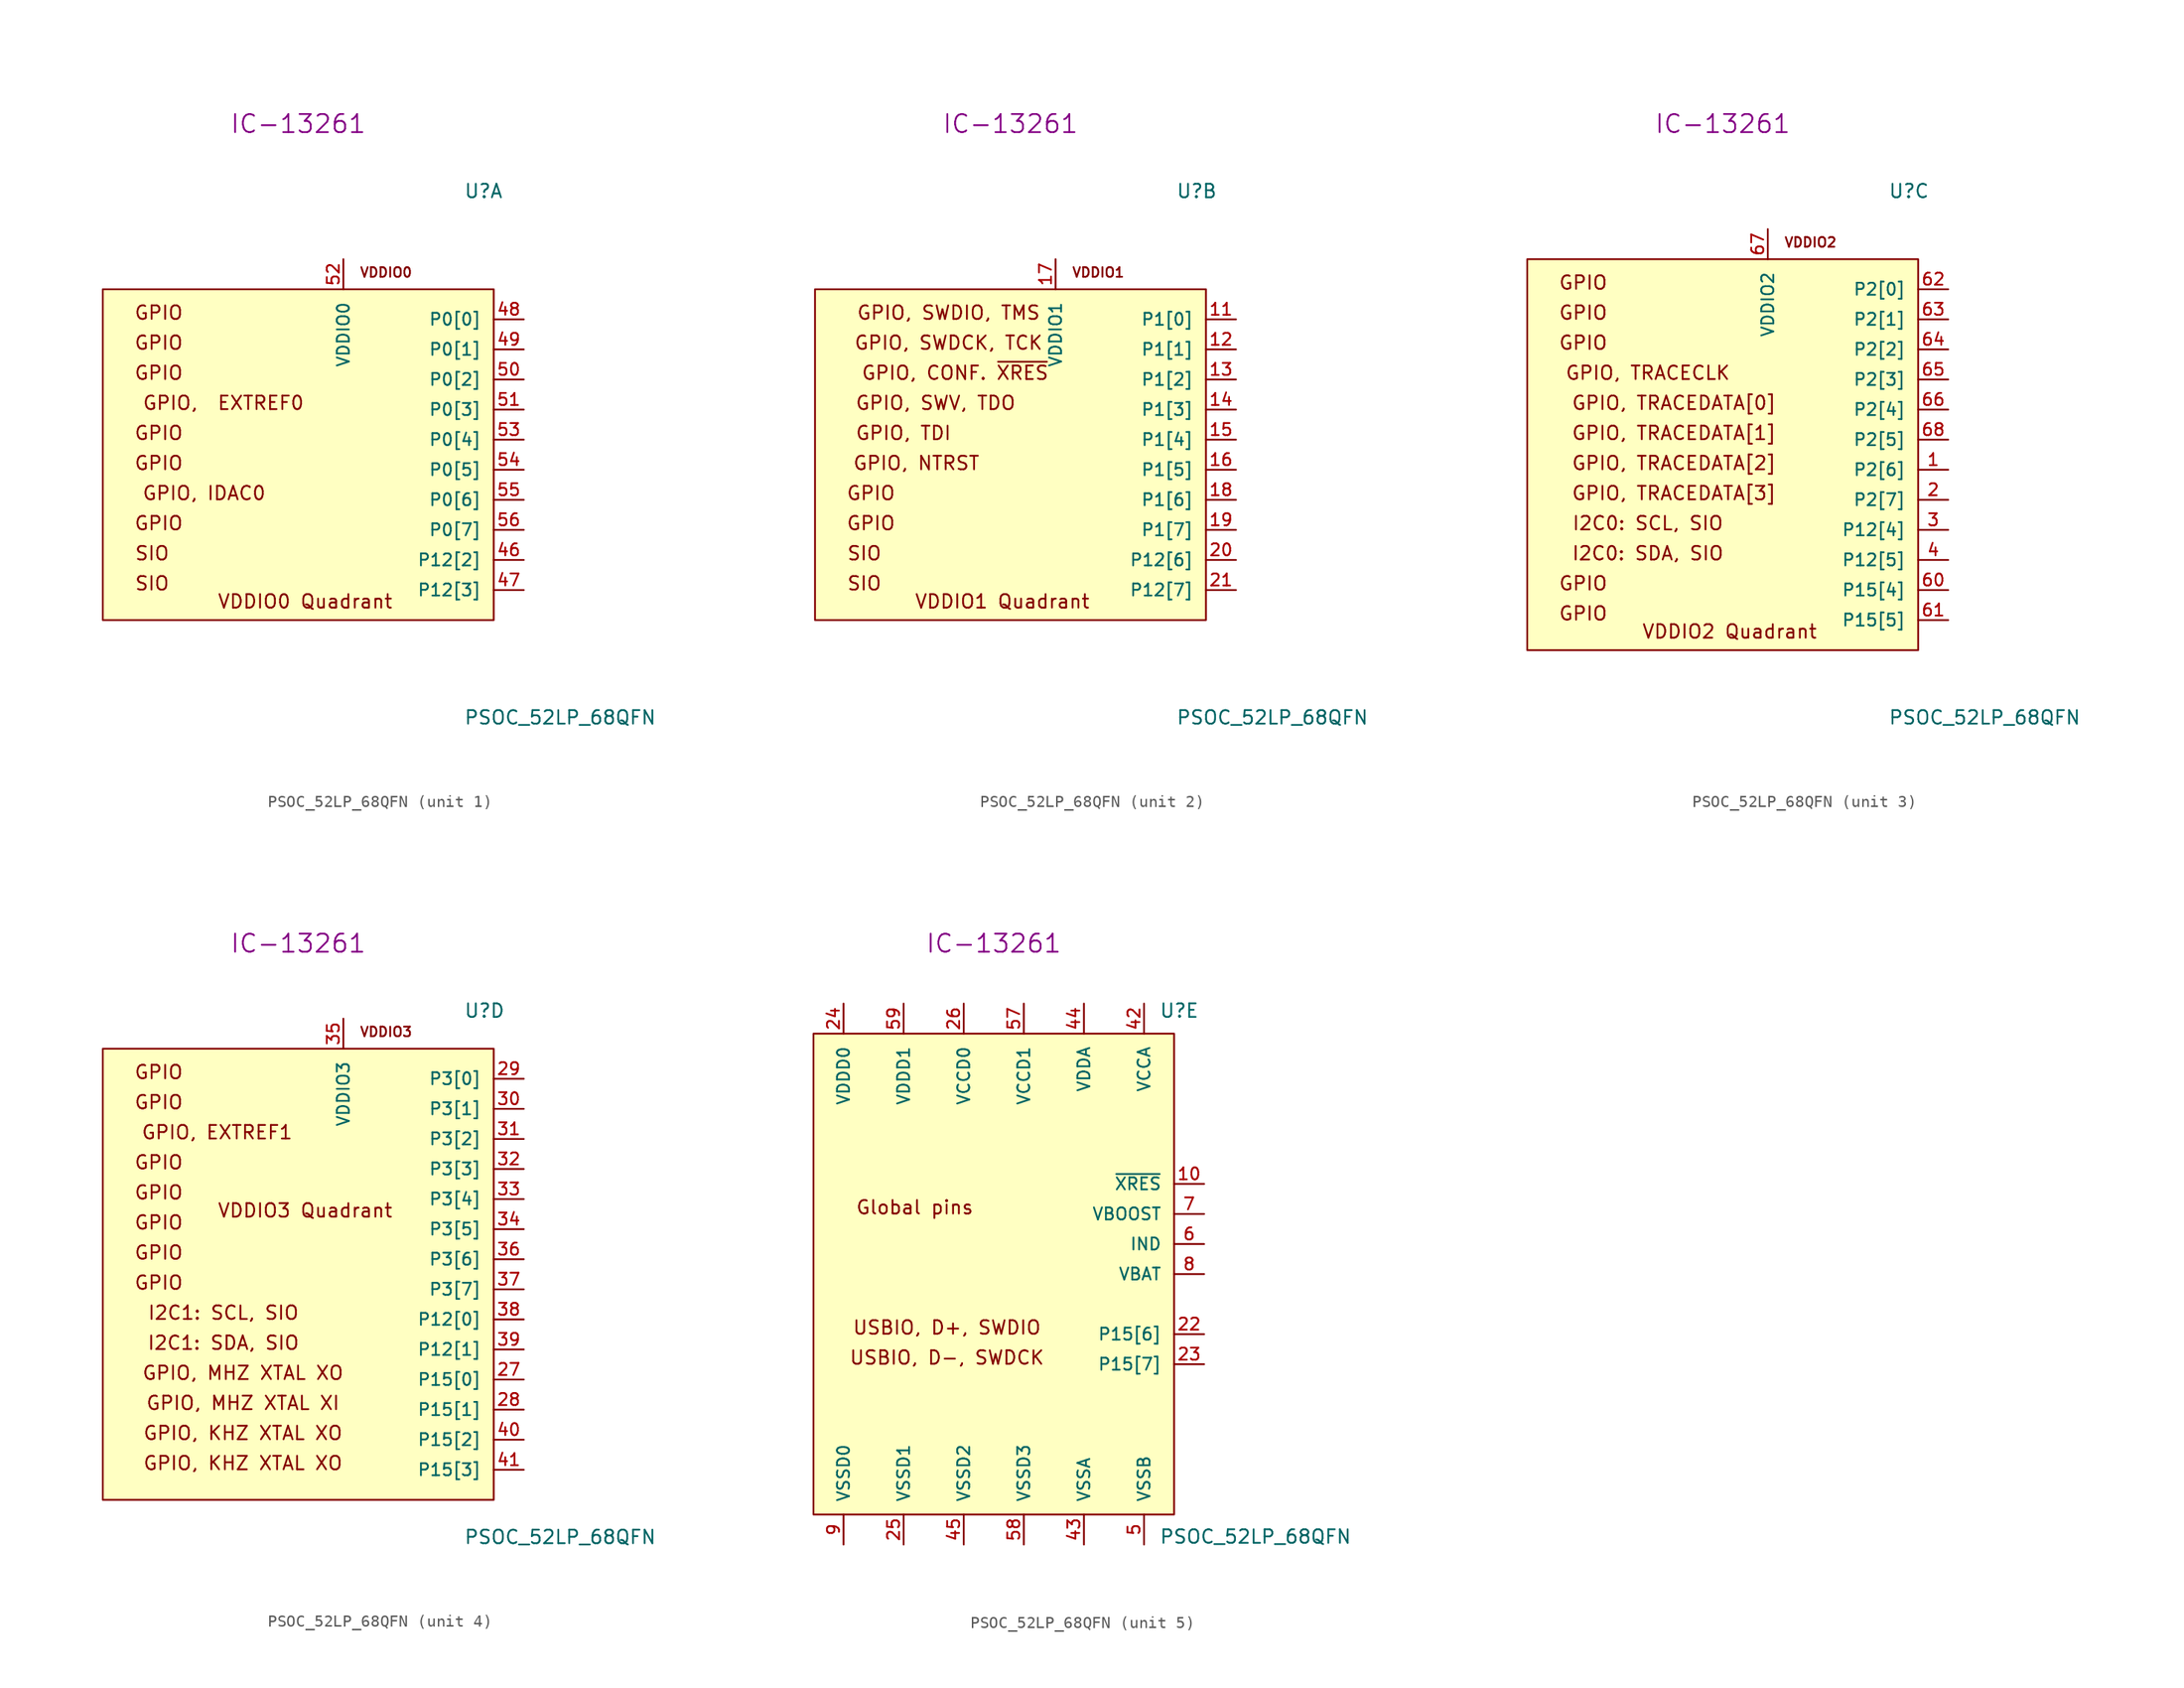
<source format=kicad_sym>
(kicad_symbol_lib
  (version 20201005)
  (generator kicad_symbol_editor)
  (symbol "PSOC_52LP_68QFN"
    (pin_names
      (offset 1.016))
    (property "Reference" "U"
      (at 13.97 21.59 0)
      (effects (font (size 1.143 1.143)) (justify left bottom)))
    (property "Value" "PSOC_52LP_68QFN"
      (at 13.97 -22.86 0)
      (effects (font (size 1.143 1.143)) (justify left bottom)))
    (property "Field4" "IC-13261"
      (at 0 27.94 0)
      (effects (font (size 1.524 1.524))))
    (property "ki_locked" ""
      (at 0 0 0)
      (effects (font (size 1.27 1.27))))
    (symbol "PSOC_52LP_68QFN_1_0"
      (text "GPIO" (at -11.786 -5.791 0) (effects (font (size 1.143 1.143))))
      (text "GPIO" (at -11.786 -0.711 0) (effects (font (size 1.143 1.143))))
      (text "GPIO" (at -11.786 1.829 0) (effects (font (size 1.143 1.143))))
      (text "GPIO" (at -11.786 6.909 0) (effects (font (size 1.143 1.143))))
      (text "GPIO" (at -11.786 9.449 0) (effects (font (size 1.143 1.143))))
      (text "GPIO" (at -11.786 11.989 0) (effects (font (size 1.143 1.143))))
      (text "GPIO,  EXTREF0" (at -6.325 4.369 0) (effects (font (size 1.143 1.143))))
      (text "GPIO, IDAC0" (at -7.95 -3.251 0) (effects (font (size 1.143 1.143))))
      (text "SIO" (at -12.344 -10.871 0) (effects (font (size 1.143 1.143))))
      (text "SIO" (at -12.344 -8.331 0) (effects (font (size 1.143 1.143))))
      (text "VDDIO0" (at 7.417 15.392 0) (effects (font (size 0.813 0.813))))
      (text "VDDIO0 Quadrant" (at 0.584 -12.395 0) (effects (font (size 1.143 1.143)))))
    (symbol "PSOC_52LP_68QFN_1_1"
      (polyline (pts (xy -16.51 -13.97) (xy -16.51 13.97) (xy 16.51 13.97) (xy 16.51 -13.97) (xy -16.51 -13.97)) (stroke (width 0)) (fill (type background)))
      (pin bidirectional line (at 19.05 6.35 180) (length 2.54) (name "P0[2]" (effects (font (size 1.016 1.016)))) (number "50" (effects (font (size 1.016 1.016)))))
      (pin bidirectional line (at 19.05 3.81 180) (length 2.54) (name "P0[3]" (effects (font (size 1.016 1.016)))) (number "51" (effects (font (size 1.016 1.016)))))
      (pin bidirectional line (at 3.81 16.51 270) (length 2.54) (name "VDDIO0" (effects (font (size 1.016 1.016)))) (number "52" (effects (font (size 1.016 1.016)))))
      (pin bidirectional line (at 19.05 1.27 180) (length 2.54) (name "P0[4]" (effects (font (size 1.016 1.016)))) (number "53" (effects (font (size 1.016 1.016)))))
      (pin bidirectional line (at 19.05 -1.27 180) (length 2.54) (name "P0[5]" (effects (font (size 1.016 1.016)))) (number "54" (effects (font (size 1.016 1.016)))))
      (pin bidirectional line (at 19.05 -3.81 180) (length 2.54) (name "P0[6]" (effects (font (size 1.016 1.016)))) (number "55" (effects (font (size 1.016 1.016)))))
      (pin bidirectional line (at 19.05 -8.89 180) (length 2.54) (name "P12[2]" (effects (font (size 1.016 1.016)))) (number "46" (effects (font (size 1.016 1.016)))))
      (pin bidirectional line (at 19.05 -6.35 180) (length 2.54) (name "P0[7]" (effects (font (size 1.016 1.016)))) (number "56" (effects (font (size 1.016 1.016)))))
      (pin bidirectional line (at 19.05 -11.43 180) (length 2.54) (name "P12[3]" (effects (font (size 1.016 1.016)))) (number "47" (effects (font (size 1.016 1.016)))))
      (pin bidirectional line (at 19.05 11.43 180) (length 2.54) (name "P0[0]" (effects (font (size 1.016 1.016)))) (number "48" (effects (font (size 1.016 1.016)))))
      (pin bidirectional line (at 19.05 8.89 180) (length 2.54) (name "P0[1]" (effects (font (size 1.016 1.016)))) (number "49" (effects (font (size 1.016 1.016))))))
    (symbol "PSOC_52LP_68QFN_2_0"
      (text "GPIO" (at -11.786 -5.791 0) (effects (font (size 1.143 1.143))))
      (text "GPIO" (at -11.786 -3.251 0) (effects (font (size 1.143 1.143))))
      (text "GPIO, CONF. ~XRES" (at -4.674 6.909 0) (effects (font (size 1.143 1.143))))
      (text "GPIO, NTRST" (at -7.95 -0.711 0) (effects (font (size 1.143 1.143))))
      (text "GPIO, SWDCK, TCK" (at -5.232 9.449 0) (effects (font (size 1.143 1.143))))
      (text "GPIO, SWDIO, TMS" (at -5.232 11.989 0) (effects (font (size 1.143 1.143))))
      (text "GPIO, SWV, TDO" (at -6.325 4.369 0) (effects (font (size 1.143 1.143))))
      (text "GPIO, TDI" (at -9.042 1.829 0) (effects (font (size 1.143 1.143))))
      (text "SIO" (at -12.344 -10.871 0) (effects (font (size 1.143 1.143))))
      (text "SIO" (at -12.344 -8.331 0) (effects (font (size 1.143 1.143))))
      (text "VDDIO1" (at 7.417 15.392 0) (effects (font (size 0.813 0.813))))
      (text "VDDIO1 Quadrant" (at -0.686 -12.395 0) (effects (font (size 1.143 1.143)))))
    (symbol "PSOC_52LP_68QFN_2_1"
      (polyline (pts (xy -16.51 -13.97) (xy -16.51 13.97) (xy 16.51 13.97) (xy 16.51 -13.97) (xy -16.51 -13.97)) (stroke (width 0)) (fill (type background)))
      (pin bidirectional line (at 19.05 -8.89 180) (length 2.54) (name "P12[6]" (effects (font (size 1.016 1.016)))) (number "20" (effects (font (size 1.016 1.016)))))
      (pin bidirectional line (at 19.05 11.43 180) (length 2.54) (name "P1[0]" (effects (font (size 1.016 1.016)))) (number "11" (effects (font (size 1.016 1.016)))))
      (pin bidirectional line (at 19.05 -11.43 180) (length 2.54) (name "P12[7]" (effects (font (size 1.016 1.016)))) (number "21" (effects (font (size 1.016 1.016)))))
      (pin bidirectional line (at 19.05 8.89 180) (length 2.54) (name "P1[1]" (effects (font (size 1.016 1.016)))) (number "12" (effects (font (size 1.016 1.016)))))
      (pin bidirectional line (at 19.05 6.35 180) (length 2.54) (name "P1[2]" (effects (font (size 1.016 1.016)))) (number "13" (effects (font (size 1.016 1.016)))))
      (pin bidirectional line (at 19.05 3.81 180) (length 2.54) (name "P1[3]" (effects (font (size 1.016 1.016)))) (number "14" (effects (font (size 1.016 1.016)))))
      (pin bidirectional line (at 19.05 1.27 180) (length 2.54) (name "P1[4]" (effects (font (size 1.016 1.016)))) (number "15" (effects (font (size 1.016 1.016)))))
      (pin bidirectional line (at 19.05 -1.27 180) (length 2.54) (name "P1[5]" (effects (font (size 1.016 1.016)))) (number "16" (effects (font (size 1.016 1.016)))))
      (pin bidirectional line (at 3.81 16.51 270) (length 2.54) (name "VDDIO1" (effects (font (size 1.016 1.016)))) (number "17" (effects (font (size 1.016 1.016)))))
      (pin bidirectional line (at 19.05 -3.81 180) (length 2.54) (name "P1[6]" (effects (font (size 1.016 1.016)))) (number "18" (effects (font (size 1.016 1.016)))))
      (pin bidirectional line (at 19.05 -6.35 180) (length 2.54) (name "P1[7]" (effects (font (size 1.016 1.016)))) (number "19" (effects (font (size 1.016 1.016))))))
    (symbol "PSOC_52LP_68QFN_3_0"
      (text "GPIO" (at -11.786 -13.411 0) (effects (font (size 1.143 1.143))))
      (text "GPIO" (at -11.786 -10.871 0) (effects (font (size 1.143 1.143))))
      (text "GPIO" (at -11.786 9.449 0) (effects (font (size 1.143 1.143))))
      (text "GPIO" (at -11.786 11.989 0) (effects (font (size 1.143 1.143))))
      (text "GPIO" (at -11.786 14.529 0) (effects (font (size 1.143 1.143))))
      (text "GPIO, TRACECLK" (at -6.325 6.909 0) (effects (font (size 1.143 1.143))))
      (text "GPIO, TRACEDATA[0]" (at -4.115 4.369 0) (effects (font (size 1.143 1.143))))
      (text "GPIO, TRACEDATA[1]" (at -4.115 1.829 0) (effects (font (size 1.143 1.143))))
      (text "GPIO, TRACEDATA[2]" (at -4.115 -0.711 0) (effects (font (size 1.143 1.143))))
      (text "GPIO, TRACEDATA[3]" (at -4.115 -3.251 0) (effects (font (size 1.143 1.143))))
      (text "I2C0: SCL, SIO" (at -6.325 -5.791 0) (effects (font (size 1.143 1.143))))
      (text "I2C0: SDA, SIO" (at -6.325 -8.331 0) (effects (font (size 1.143 1.143))))
      (text "VDDIO2" (at 7.417 17.932 0) (effects (font (size 0.813 0.813))))
      (text "VDDIO2 Quadrant" (at 0.584 -14.935 0) (effects (font (size 1.143 1.143)))))
    (symbol "PSOC_52LP_68QFN_3_1"
      (polyline (pts (xy -16.51 -16.51) (xy -16.51 16.51) (xy 16.51 16.51) (xy 16.51 -16.51) (xy -16.51 -16.51)) (stroke (width 0)) (fill (type background)))
      (pin bidirectional line (at 19.05 -1.27 180) (length 2.54) (name "P2[6]" (effects (font (size 1.016 1.016)))) (number "1" (effects (font (size 1.016 1.016)))))
      (pin bidirectional line (at 19.05 -3.81 180) (length 2.54) (name "P2[7]" (effects (font (size 1.016 1.016)))) (number "2" (effects (font (size 1.016 1.016)))))
      (pin bidirectional line (at 19.05 -6.35 180) (length 2.54) (name "P12[4]" (effects (font (size 1.016 1.016)))) (number "3" (effects (font (size 1.016 1.016)))))
      (pin bidirectional line (at 19.05 -8.89 180) (length 2.54) (name "P12[5]" (effects (font (size 1.016 1.016)))) (number "4" (effects (font (size 1.016 1.016)))))
      (pin bidirectional line (at 19.05 -11.43 180) (length 2.54) (name "P15[4]" (effects (font (size 1.016 1.016)))) (number "60" (effects (font (size 1.016 1.016)))))
      (pin bidirectional line (at 19.05 -13.97 180) (length 2.54) (name "P15[5]" (effects (font (size 1.016 1.016)))) (number "61" (effects (font (size 1.016 1.016)))))
      (pin bidirectional line (at 19.05 13.97 180) (length 2.54) (name "P2[0]" (effects (font (size 1.016 1.016)))) (number "62" (effects (font (size 1.016 1.016)))))
      (pin bidirectional line (at 19.05 11.43 180) (length 2.54) (name "P2[1]" (effects (font (size 1.016 1.016)))) (number "63" (effects (font (size 1.016 1.016)))))
      (pin bidirectional line (at 19.05 8.89 180) (length 2.54) (name "P2[2]" (effects (font (size 1.016 1.016)))) (number "64" (effects (font (size 1.016 1.016)))))
      (pin bidirectional line (at 19.05 6.35 180) (length 2.54) (name "P2[3]" (effects (font (size 1.016 1.016)))) (number "65" (effects (font (size 1.016 1.016)))))
      (pin bidirectional line (at 19.05 3.81 180) (length 2.54) (name "P2[4]" (effects (font (size 1.016 1.016)))) (number "66" (effects (font (size 1.016 1.016)))))
      (pin bidirectional line (at 3.81 19.05 270) (length 2.54) (name "VDDIO2" (effects (font (size 1.016 1.016)))) (number "67" (effects (font (size 1.016 1.016)))))
      (pin bidirectional line (at 19.05 1.27 180) (length 2.54) (name "P2[5]" (effects (font (size 1.016 1.016)))) (number "68" (effects (font (size 1.016 1.016))))))
    (symbol "PSOC_52LP_68QFN_4_0"
      (text "GPIO" (at -11.786 -0.711 0) (effects (font (size 1.143 1.143))))
      (text "GPIO" (at -11.786 1.829 0) (effects (font (size 1.143 1.143))))
      (text "GPIO" (at -11.786 4.369 0) (effects (font (size 1.143 1.143))))
      (text "GPIO" (at -11.786 6.909 0) (effects (font (size 1.143 1.143))))
      (text "GPIO" (at -11.786 9.449 0) (effects (font (size 1.143 1.143))))
      (text "GPIO" (at -11.786 14.529 0) (effects (font (size 1.143 1.143))))
      (text "GPIO" (at -11.786 17.069 0) (effects (font (size 1.143 1.143))))
      (text "GPIO, EXTREF1" (at -6.858 11.989 0) (effects (font (size 1.143 1.143))))
      (text "GPIO, KHZ XTAL XO" (at -4.674 -15.951 0) (effects (font (size 1.143 1.143))))
      (text "GPIO, KHZ XTAL XO" (at -4.674 -13.411 0) (effects (font (size 1.143 1.143))))
      (text "GPIO, MHZ XTAL XI" (at -4.674 -10.871 0) (effects (font (size 1.143 1.143))))
      (text "GPIO, MHZ XTAL XO" (at -4.674 -8.331 0) (effects (font (size 1.143 1.143))))
      (text "I2C1: SCL, SIO" (at -6.325 -3.251 0) (effects (font (size 1.143 1.143))))
      (text "I2C1: SDA, SIO" (at -6.325 -5.791 0) (effects (font (size 1.143 1.143))))
      (text "VDDIO3" (at 7.417 20.472 0) (effects (font (size 0.813 0.813))))
      (text "VDDIO3 Quadrant" (at 0.584 5.385 0) (effects (font (size 1.143 1.143)))))
    (symbol "PSOC_52LP_68QFN_4_1"
      (polyline (pts (xy -16.51 -19.05) (xy -16.51 19.05) (xy 16.51 19.05) (xy 16.51 -19.05) (xy -16.51 -19.05)) (stroke (width 0)) (fill (type background)))
      (pin bidirectional line (at 19.05 13.97 180) (length 2.54) (name "P3[1]" (effects (font (size 1.016 1.016)))) (number "30" (effects (font (size 1.016 1.016)))))
      (pin bidirectional line (at 19.05 -13.97 180) (length 2.54) (name "P15[2]" (effects (font (size 1.016 1.016)))) (number "40" (effects (font (size 1.016 1.016)))))
      (pin bidirectional line (at 19.05 11.43 180) (length 2.54) (name "P3[2]" (effects (font (size 1.016 1.016)))) (number "31" (effects (font (size 1.016 1.016)))))
      (pin bidirectional line (at 19.05 -16.51 180) (length 2.54) (name "P15[3]" (effects (font (size 1.016 1.016)))) (number "41" (effects (font (size 1.016 1.016)))))
      (pin bidirectional line (at 19.05 8.89 180) (length 2.54) (name "P3[3]" (effects (font (size 1.016 1.016)))) (number "32" (effects (font (size 1.016 1.016)))))
      (pin bidirectional line (at 19.05 6.35 180) (length 2.54) (name "P3[4]" (effects (font (size 1.016 1.016)))) (number "33" (effects (font (size 1.016 1.016)))))
      (pin bidirectional line (at 19.05 3.81 180) (length 2.54) (name "P3[5]" (effects (font (size 1.016 1.016)))) (number "34" (effects (font (size 1.016 1.016)))))
      (pin bidirectional line (at 3.81 21.59 270) (length 2.54) (name "VDDIO3" (effects (font (size 1.016 1.016)))) (number "35" (effects (font (size 1.016 1.016)))))
      (pin bidirectional line (at 19.05 1.27 180) (length 2.54) (name "P3[6]" (effects (font (size 1.016 1.016)))) (number "36" (effects (font (size 1.016 1.016)))))
      (pin bidirectional line (at 19.05 -8.89 180) (length 2.54) (name "P15[0]" (effects (font (size 1.016 1.016)))) (number "27" (effects (font (size 1.016 1.016)))))
      (pin bidirectional line (at 19.05 -1.27 180) (length 2.54) (name "P3[7]" (effects (font (size 1.016 1.016)))) (number "37" (effects (font (size 1.016 1.016)))))
      (pin bidirectional line (at 19.05 -11.43 180) (length 2.54) (name "P15[1]" (effects (font (size 1.016 1.016)))) (number "28" (effects (font (size 1.016 1.016)))))
      (pin bidirectional line (at 19.05 -3.81 180) (length 2.54) (name "P12[0]" (effects (font (size 1.016 1.016)))) (number "38" (effects (font (size 1.016 1.016)))))
      (pin bidirectional line (at 19.05 16.51 180) (length 2.54) (name "P3[0]" (effects (font (size 1.016 1.016)))) (number "29" (effects (font (size 1.016 1.016)))))
      (pin bidirectional line (at 19.05 -6.35 180) (length 2.54) (name "P12[1]" (effects (font (size 1.016 1.016)))) (number "39" (effects (font (size 1.016 1.016))))))
    (symbol "PSOC_52LP_68QFN_5_0"
      (text "Global pins" (at -6.68 5.639 0) (effects (font (size 1.143 1.143))))
      (text "USBIO, D+, SWDIO" (at -3.962 -4.521 0) (effects (font (size 1.143 1.143))))
      (text "USBIO, D-, SWDCK" (at -3.962 -7.061 0) (effects (font (size 1.143 1.143)))))
    (symbol "PSOC_52LP_68QFN_5_1"
      (polyline (pts (xy -15.24 -20.32) (xy -15.24 20.32) (xy 15.24 20.32) (xy 15.24 -20.32) (xy -15.24 -20.32)) (stroke (width 0)) (fill (type background)))
      (pin bidirectional line (at 12.7 -22.86 90) (length 2.54) (name "VSSB" (effects (font (size 1.016 1.016)))) (number "5" (effects (font (size 1.016 1.016)))))
      (pin bidirectional line (at 17.78 2.54 180) (length 2.54) (name "IND" (effects (font (size 1.016 1.016)))) (number "6" (effects (font (size 1.016 1.016)))))
      (pin bidirectional line (at 17.78 5.08 180) (length 2.54) (name "VBOOST" (effects (font (size 1.016 1.016)))) (number "7" (effects (font (size 1.016 1.016)))))
      (pin bidirectional line (at 17.78 0 180) (length 2.54) (name "VBAT" (effects (font (size 1.016 1.016)))) (number "8" (effects (font (size 1.016 1.016)))))
      (pin bidirectional line (at -12.7 -22.86 90) (length 2.54) (name "VSSD0" (effects (font (size 1.016 1.016)))) (number "9" (effects (font (size 1.016 1.016)))))
      (pin bidirectional line (at 17.78 7.62 180) (length 2.54) (name "~XRES" (effects (font (size 1.016 1.016)))) (number "10" (effects (font (size 1.016 1.016)))))
      (pin bidirectional line (at 17.78 -5.08 180) (length 2.54) (name "P15[6]" (effects (font (size 1.016 1.016)))) (number "22" (effects (font (size 1.016 1.016)))))
      (pin bidirectional line (at 12.7 22.86 270) (length 2.54) (name "VCCA" (effects (font (size 1.016 1.016)))) (number "42" (effects (font (size 1.016 1.016)))))
      (pin bidirectional line (at 17.78 -7.62 180) (length 2.54) (name "P15[7]" (effects (font (size 1.016 1.016)))) (number "23" (effects (font (size 1.016 1.016)))))
      (pin bidirectional line (at 7.62 -22.86 90) (length 2.54) (name "VSSA" (effects (font (size 1.016 1.016)))) (number "43" (effects (font (size 1.016 1.016)))))
      (pin bidirectional line (at -12.7 22.86 270) (length 2.54) (name "VDDD0" (effects (font (size 1.016 1.016)))) (number "24" (effects (font (size 1.016 1.016)))))
      (pin bidirectional line (at 7.62 22.86 270) (length 2.54) (name "VDDA" (effects (font (size 1.016 1.016)))) (number "44" (effects (font (size 1.016 1.016)))))
      (pin bidirectional line (at -7.62 -22.86 90) (length 2.54) (name "VSSD1" (effects (font (size 1.016 1.016)))) (number "25" (effects (font (size 1.016 1.016)))))
      (pin bidirectional line (at -2.54 -22.86 90) (length 2.54) (name "VSSD2" (effects (font (size 1.016 1.016)))) (number "45" (effects (font (size 1.016 1.016)))))
      (pin bidirectional line (at -2.54 22.86 270) (length 2.54) (name "VCCD0" (effects (font (size 1.016 1.016)))) (number "26" (effects (font (size 1.016 1.016)))))
      (pin bidirectional line (at 2.54 22.86 270) (length 2.54) (name "VCCD1" (effects (font (size 1.016 1.016)))) (number "57" (effects (font (size 1.016 1.016)))))
      (pin bidirectional line (at 2.54 -22.86 90) (length 2.54) (name "VSSD3" (effects (font (size 1.016 1.016)))) (number "58" (effects (font (size 1.016 1.016)))))
      (pin bidirectional line (at -7.62 22.86 270) (length 2.54) (name "VDDD1" (effects (font (size 1.016 1.016)))) (number "59" (effects (font (size 1.016 1.016)))))
      (pin bidirectional line (at -12.7 -22.86 90) (length 2.54) hide (name "VSSD0" (effects (font (size 1.016 1.016)))) (number "69" (effects (font (size 1.016 1.016))))))))
</source>
